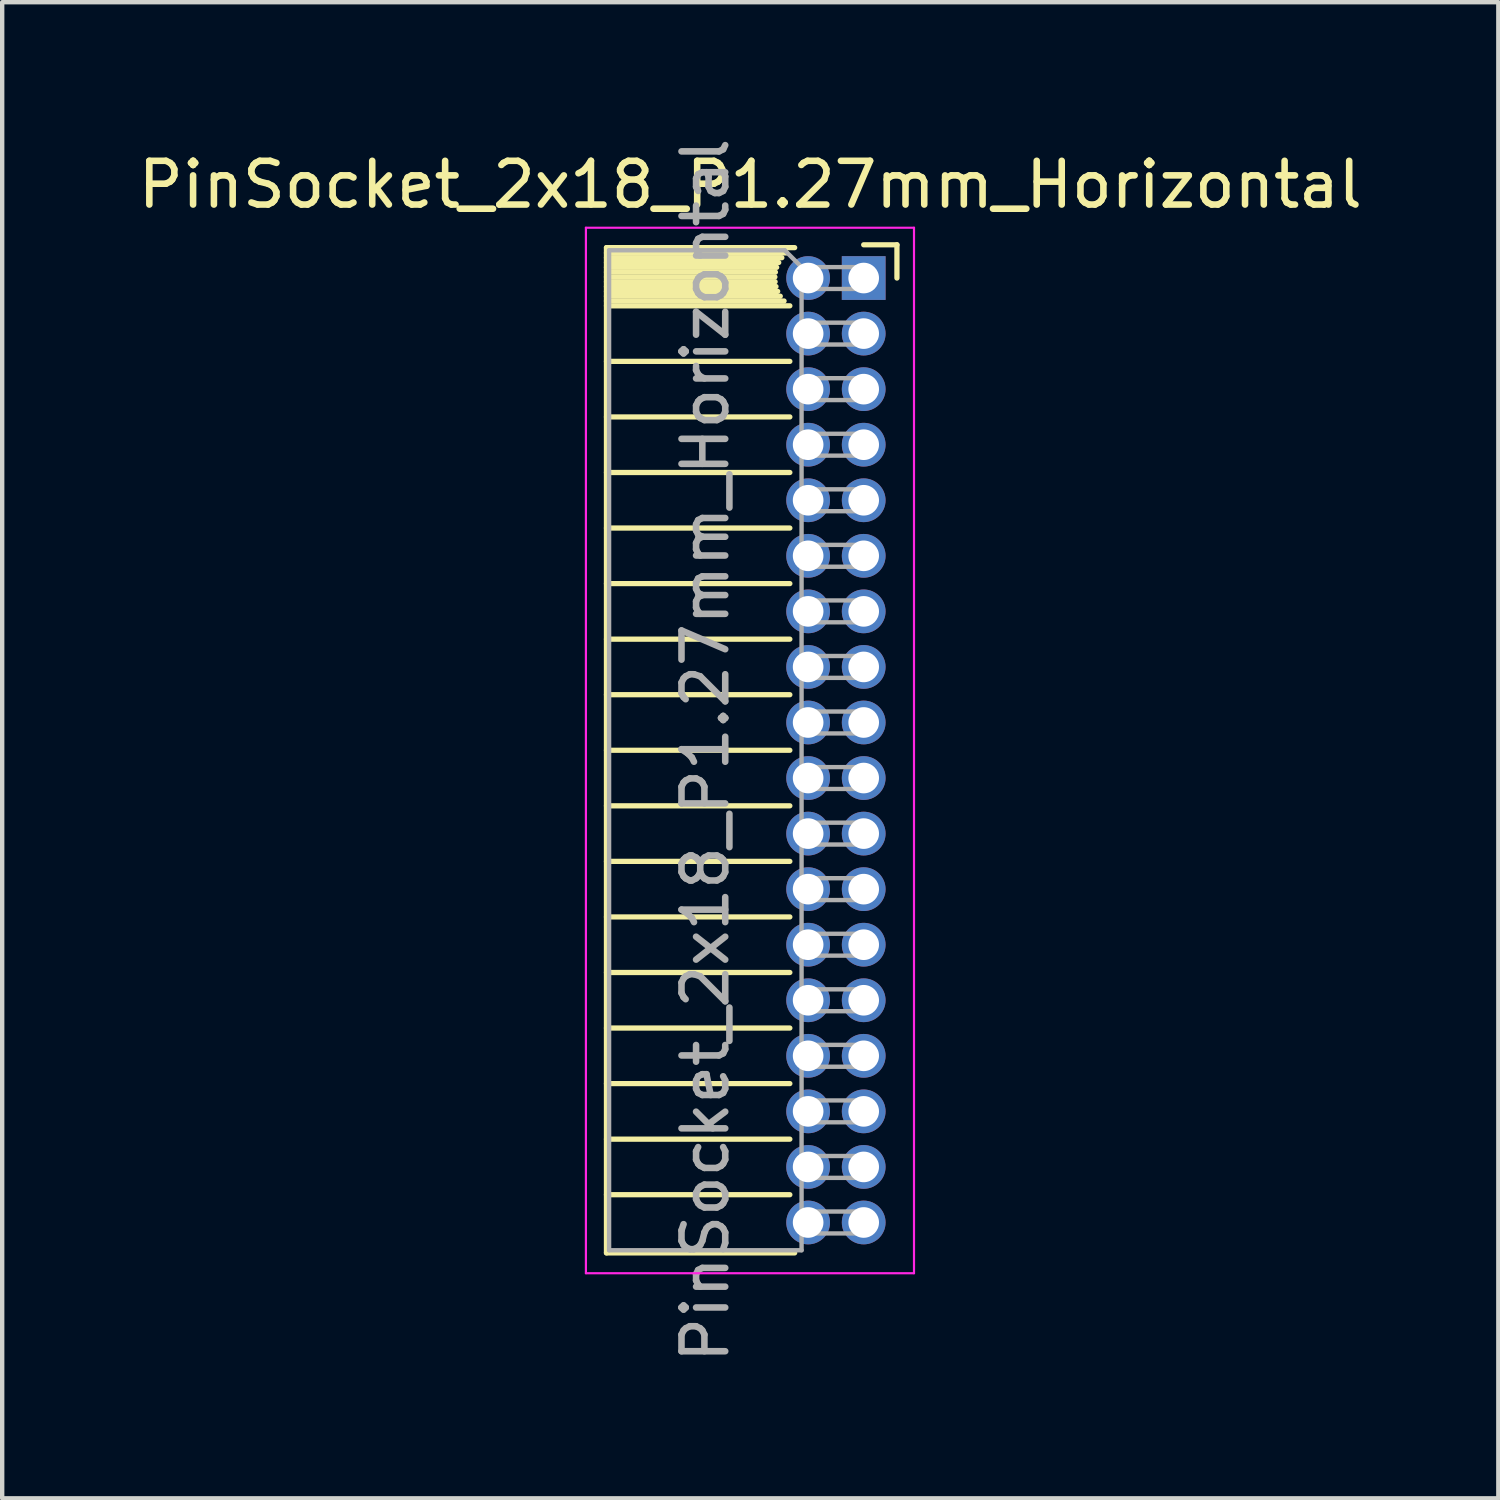
<source format=kicad_pcb>
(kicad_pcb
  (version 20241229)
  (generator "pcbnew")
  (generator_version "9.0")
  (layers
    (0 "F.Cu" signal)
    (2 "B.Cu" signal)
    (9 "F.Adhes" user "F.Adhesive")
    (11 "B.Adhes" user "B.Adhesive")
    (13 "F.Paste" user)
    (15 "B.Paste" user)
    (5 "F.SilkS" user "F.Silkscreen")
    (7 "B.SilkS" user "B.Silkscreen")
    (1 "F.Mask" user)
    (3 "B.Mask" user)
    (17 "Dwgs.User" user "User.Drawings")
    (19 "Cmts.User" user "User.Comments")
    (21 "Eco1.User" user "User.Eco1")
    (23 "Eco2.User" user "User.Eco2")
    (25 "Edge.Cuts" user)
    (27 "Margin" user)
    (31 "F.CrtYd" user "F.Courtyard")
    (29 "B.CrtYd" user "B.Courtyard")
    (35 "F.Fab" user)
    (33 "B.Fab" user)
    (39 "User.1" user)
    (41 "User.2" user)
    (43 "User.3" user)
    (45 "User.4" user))
  (footprint "PinSocket_2x18_P1.27mm_Horizontal"
    (layer "F.Cu")
    (at 16.694 3.306)
    (property "Reference" "PinSocket_2x18_P1.27mm_Horizontal" (at -2.592 -2.135 0) (layer "F.SilkS") (effects (font (size 1 1) (thickness 0.15))))
    (attr through_hole)
    (fp_line (start -5.88 -0.695) (end -5.88 22.285) (stroke (width 0.12) (type solid)) (layer "F.SilkS"))
    (fp_line (start -5.88 -0.695) (end -1.578 -0.695) (stroke (width 0.12) (type solid)) (layer "F.SilkS"))
    (fp_line (start -5.88 -0.575) (end -1.767 -0.575) (stroke (width 0.12) (type solid)) (layer "F.SilkS"))
    (fp_line (start -5.88 -0.465) (end -1.871 -0.465) (stroke (width 0.12) (type solid)) (layer "F.SilkS"))
    (fp_line (start -5.88 -0.355) (end -1.942 -0.355) (stroke (width 0.12) (type solid)) (layer "F.SilkS"))
    (fp_line (start -5.88 -0.245) (end -1.989 -0.245) (stroke (width 0.12) (type solid)) (layer "F.SilkS"))
    (fp_line (start -5.88 -0.135) (end -2.018 -0.135) (stroke (width 0.12) (type solid)) (layer "F.SilkS"))
    (fp_line (start -5.88 -0.025) (end -2.03 -0.025) (stroke (width 0.12) (type solid)) (layer "F.SilkS"))
    (fp_line (start -5.88 0.085) (end -2.025 0.085) (stroke (width 0.12) (type solid)) (layer "F.SilkS"))
    (fp_line (start -5.88 0.195) (end -2.005 0.195) (stroke (width 0.12) (type solid)) (layer "F.SilkS"))
    (fp_line (start -5.88 0.305) (end -1.966 0.305) (stroke (width 0.12) (type solid)) (layer "F.SilkS"))
    (fp_line (start -5.88 0.415) (end -1.907 0.415) (stroke (width 0.12) (type solid)) (layer "F.SilkS"))
    (fp_line (start -5.88 0.525) (end -1.82 0.525) (stroke (width 0.12) (type solid)) (layer "F.SilkS"))
    (fp_line (start -5.88 0.635) (end -1.688 0.635) (stroke (width 0.12) (type solid)) (layer "F.SilkS"))
    (fp_line (start -5.88 1.905) (end -1.688 1.905) (stroke (width 0.12) (type solid)) (layer "F.SilkS"))
    (fp_line (start -5.88 3.175) (end -1.688 3.175) (stroke (width 0.12) (type solid)) (layer "F.SilkS"))
    (fp_line (start -5.88 4.445) (end -1.688 4.445) (stroke (width 0.12) (type solid)) (layer "F.SilkS"))
    (fp_line (start -5.88 5.715) (end -1.688 5.715) (stroke (width 0.12) (type solid)) (layer "F.SilkS"))
    (fp_line (start -5.88 6.985) (end -1.688 6.985) (stroke (width 0.12) (type solid)) (layer "F.SilkS"))
    (fp_line (start -5.88 8.255) (end -1.688 8.255) (stroke (width 0.12) (type solid)) (layer "F.SilkS"))
    (fp_line (start -5.88 9.525) (end -1.688 9.525) (stroke (width 0.12) (type solid)) (layer "F.SilkS"))
    (fp_line (start -5.88 10.795) (end -1.688 10.795) (stroke (width 0.12) (type solid)) (layer "F.SilkS"))
    (fp_line (start -5.88 12.065) (end -1.688 12.065) (stroke (width 0.12) (type solid)) (layer "F.SilkS"))
    (fp_line (start -5.88 13.335) (end -1.688 13.335) (stroke (width 0.12) (type solid)) (layer "F.SilkS"))
    (fp_line (start -5.88 14.605) (end -1.688 14.605) (stroke (width 0.12) (type solid)) (layer "F.SilkS"))
    (fp_line (start -5.88 15.875) (end -1.688 15.875) (stroke (width 0.12) (type solid)) (layer "F.SilkS"))
    (fp_line (start -5.88 17.145) (end -1.688 17.145) (stroke (width 0.12) (type solid)) (layer "F.SilkS"))
    (fp_line (start -5.88 18.415) (end -1.688 18.415) (stroke (width 0.12) (type solid)) (layer "F.SilkS"))
    (fp_line (start -5.88 19.685) (end -1.688 19.685) (stroke (width 0.12) (type solid)) (layer "F.SilkS"))
    (fp_line (start -5.88 20.955) (end -1.688 20.955) (stroke (width 0.12) (type solid)) (layer "F.SilkS"))
    (fp_line (start -5.88 22.285) (end -1.578 22.285) (stroke (width 0.12) (type solid)) (layer "F.SilkS"))
    (fp_line (start 0 -0.76) (end 0.76 -0.76) (stroke (width 0.12) (type solid)) (layer "F.SilkS"))
    (fp_line (start 0.76 -0.76) (end 0.76 0) (stroke (width 0.12) (type solid)) (layer "F.SilkS"))
    (fp_line (start -6.35 -1.15) (end -6.35 22.75) (stroke (width 0.05) (type solid)) (layer "F.CrtYd"))
    (fp_line (start -6.35 22.75) (end 1.15 22.75) (stroke (width 0.05) (type solid)) (layer "F.CrtYd"))
    (fp_line (start 1.15 -1.15) (end -6.35 -1.15) (stroke (width 0.05) (type solid)) (layer "F.CrtYd"))
    (fp_line (start 1.15 22.75) (end 1.15 -1.15) (stroke (width 0.05) (type solid)) (layer "F.CrtYd"))
    (fp_line (start -5.82 -0.635) (end -1.805 -0.635) (stroke (width 0.1) (type solid)) (layer "F.Fab"))
    (fp_line (start -5.82 22.225) (end -5.82 -0.635) (stroke (width 0.1) (type solid)) (layer "F.Fab"))
    (fp_line (start -1.805 -0.635) (end -1.42 -0.25) (stroke (width 0.1) (type solid)) (layer "F.Fab"))
    (fp_line (start -1.42 -0.25) (end -1.42 22.225) (stroke (width 0.1) (type solid)) (layer "F.Fab"))
    (fp_line (start -1.42 0.25) (end 0 0.25) (stroke (width 0.1) (type solid)) (layer "F.Fab"))
    (fp_line (start -1.42 1.52) (end 0 1.52) (stroke (width 0.1) (type solid)) (layer "F.Fab"))
    (fp_line (start -1.42 2.79) (end 0 2.79) (stroke (width 0.1) (type solid)) (layer "F.Fab"))
    (fp_line (start -1.42 4.06) (end 0 4.06) (stroke (width 0.1) (type solid)) (layer "F.Fab"))
    (fp_line (start -1.42 5.33) (end 0 5.33) (stroke (width 0.1) (type solid)) (layer "F.Fab"))
    (fp_line (start -1.42 6.6) (end 0 6.6) (stroke (width 0.1) (type solid)) (layer "F.Fab"))
    (fp_line (start -1.42 7.87) (end 0 7.87) (stroke (width 0.1) (type solid)) (layer "F.Fab"))
    (fp_line (start -1.42 9.14) (end 0 9.14) (stroke (width 0.1) (type solid)) (layer "F.Fab"))
    (fp_line (start -1.42 10.41) (end 0 10.41) (stroke (width 0.1) (type solid)) (layer "F.Fab"))
    (fp_line (start -1.42 11.68) (end 0 11.68) (stroke (width 0.1) (type solid)) (layer "F.Fab"))
    (fp_line (start -1.42 12.95) (end 0 12.95) (stroke (width 0.1) (type solid)) (layer "F.Fab"))
    (fp_line (start -1.42 14.22) (end 0 14.22) (stroke (width 0.1) (type solid)) (layer "F.Fab"))
    (fp_line (start -1.42 15.49) (end 0 15.49) (stroke (width 0.1) (type solid)) (layer "F.Fab"))
    (fp_line (start -1.42 16.76) (end 0 16.76) (stroke (width 0.1) (type solid)) (layer "F.Fab"))
    (fp_line (start -1.42 18.03) (end 0 18.03) (stroke (width 0.1) (type solid)) (layer "F.Fab"))
    (fp_line (start -1.42 19.3) (end 0 19.3) (stroke (width 0.1) (type solid)) (layer "F.Fab"))
    (fp_line (start -1.42 20.57) (end 0 20.57) (stroke (width 0.1) (type solid)) (layer "F.Fab"))
    (fp_line (start -1.42 21.84) (end 0 21.84) (stroke (width 0.1) (type solid)) (layer "F.Fab"))
    (fp_line (start -1.42 22.225) (end -5.82 22.225) (stroke (width 0.1) (type solid)) (layer "F.Fab"))
    (fp_line (start 0 -0.25) (end -1.42 -0.25) (stroke (width 0.1) (type solid)) (layer "F.Fab"))
    (fp_line (start 0 0.25) (end 0 -0.25) (stroke (width 0.1) (type solid)) (layer "F.Fab"))
    (fp_line (start 0 1.02) (end -1.42 1.02) (stroke (width 0.1) (type solid)) (layer "F.Fab"))
    (fp_line (start 0 1.52) (end 0 1.02) (stroke (width 0.1) (type solid)) (layer "F.Fab"))
    (fp_line (start 0 2.29) (end -1.42 2.29) (stroke (width 0.1) (type solid)) (layer "F.Fab"))
    (fp_line (start 0 2.79) (end 0 2.29) (stroke (width 0.1) (type solid)) (layer "F.Fab"))
    (fp_line (start 0 3.56) (end -1.42 3.56) (stroke (width 0.1) (type solid)) (layer "F.Fab"))
    (fp_line (start 0 4.06) (end 0 3.56) (stroke (width 0.1) (type solid)) (layer "F.Fab"))
    (fp_line (start 0 4.83) (end -1.42 4.83) (stroke (width 0.1) (type solid)) (layer "F.Fab"))
    (fp_line (start 0 5.33) (end 0 4.83) (stroke (width 0.1) (type solid)) (layer "F.Fab"))
    (fp_line (start 0 6.1) (end -1.42 6.1) (stroke (width 0.1) (type solid)) (layer "F.Fab"))
    (fp_line (start 0 6.6) (end 0 6.1) (stroke (width 0.1) (type solid)) (layer "F.Fab"))
    (fp_line (start 0 7.37) (end -1.42 7.37) (stroke (width 0.1) (type solid)) (layer "F.Fab"))
    (fp_line (start 0 7.87) (end 0 7.37) (stroke (width 0.1) (type solid)) (layer "F.Fab"))
    (fp_line (start 0 8.64) (end -1.42 8.64) (stroke (width 0.1) (type solid)) (layer "F.Fab"))
    (fp_line (start 0 9.14) (end 0 8.64) (stroke (width 0.1) (type solid)) (layer "F.Fab"))
    (fp_line (start 0 9.91) (end -1.42 9.91) (stroke (width 0.1) (type solid)) (layer "F.Fab"))
    (fp_line (start 0 10.41) (end 0 9.91) (stroke (width 0.1) (type solid)) (layer "F.Fab"))
    (fp_line (start 0 11.18) (end -1.42 11.18) (stroke (width 0.1) (type solid)) (layer "F.Fab"))
    (fp_line (start 0 11.68) (end 0 11.18) (stroke (width 0.1) (type solid)) (layer "F.Fab"))
    (fp_line (start 0 12.45) (end -1.42 12.45) (stroke (width 0.1) (type solid)) (layer "F.Fab"))
    (fp_line (start 0 12.95) (end 0 12.45) (stroke (width 0.1) (type solid)) (layer "F.Fab"))
    (fp_line (start 0 13.72) (end -1.42 13.72) (stroke (width 0.1) (type solid)) (layer "F.Fab"))
    (fp_line (start 0 14.22) (end 0 13.72) (stroke (width 0.1) (type solid)) (layer "F.Fab"))
    (fp_line (start 0 14.99) (end -1.42 14.99) (stroke (width 0.1) (type solid)) (layer "F.Fab"))
    (fp_line (start 0 15.49) (end 0 14.99) (stroke (width 0.1) (type solid)) (layer "F.Fab"))
    (fp_line (start 0 16.26) (end -1.42 16.26) (stroke (width 0.1) (type solid)) (layer "F.Fab"))
    (fp_line (start 0 16.76) (end 0 16.26) (stroke (width 0.1) (type solid)) (layer "F.Fab"))
    (fp_line (start 0 17.53) (end -1.42 17.53) (stroke (width 0.1) (type solid)) (layer "F.Fab"))
    (fp_line (start 0 18.03) (end 0 17.53) (stroke (width 0.1) (type solid)) (layer "F.Fab"))
    (fp_line (start 0 18.8) (end -1.42 18.8) (stroke (width 0.1) (type solid)) (layer "F.Fab"))
    (fp_line (start 0 19.3) (end 0 18.8) (stroke (width 0.1) (type solid)) (layer "F.Fab"))
    (fp_line (start 0 20.07) (end -1.42 20.07) (stroke (width 0.1) (type solid)) (layer "F.Fab"))
    (fp_line (start 0 20.57) (end 0 20.07) (stroke (width 0.1) (type solid)) (layer "F.Fab"))
    (fp_line (start 0 21.34) (end -1.42 21.34) (stroke (width 0.1) (type solid)) (layer "F.Fab"))
    (fp_line (start 0 21.84) (end 0 21.34) (stroke (width 0.1) (type solid)) (layer "F.Fab"))
    (fp_text user "${REFERENCE}" (at -3.62 10.795 90) (layer "F.Fab") (effects (font (size 1 1) (thickness 0.15))))
    (pad "1" thru_hole rect (at 0 0) (size 1 1) (drill 0.7) (layers "*.Cu" "*.Mask"))
    (pad "2" thru_hole oval (at -1.27 0) (size 1 1) (drill 0.7) (layers "*.Cu" "*.Mask"))
    (pad "3" thru_hole oval (at 0 1.27) (size 1 1) (drill 0.7) (layers "*.Cu" "*.Mask"))
    (pad "4" thru_hole oval (at -1.27 1.27) (size 1 1) (drill 0.7) (layers "*.Cu" "*.Mask"))
    (pad "5" thru_hole oval (at 0 2.54) (size 1 1) (drill 0.7) (layers "*.Cu" "*.Mask"))
    (pad "6" thru_hole oval (at -1.27 2.54) (size 1 1) (drill 0.7) (layers "*.Cu" "*.Mask"))
    (pad "7" thru_hole oval (at 0 3.81) (size 1 1) (drill 0.7) (layers "*.Cu" "*.Mask"))
    (pad "8" thru_hole oval (at -1.27 3.81) (size 1 1) (drill 0.7) (layers "*.Cu" "*.Mask"))
    (pad "9" thru_hole oval (at 0 5.08) (size 1 1) (drill 0.7) (layers "*.Cu" "*.Mask"))
    (pad "10" thru_hole oval (at -1.27 5.08) (size 1 1) (drill 0.7) (layers "*.Cu" "*.Mask"))
    (pad "11" thru_hole oval (at 0 6.35) (size 1 1) (drill 0.7) (layers "*.Cu" "*.Mask"))
    (pad "12" thru_hole oval (at -1.27 6.35) (size 1 1) (drill 0.7) (layers "*.Cu" "*.Mask"))
    (pad "13" thru_hole oval (at 0 7.62) (size 1 1) (drill 0.7) (layers "*.Cu" "*.Mask"))
    (pad "14" thru_hole oval (at -1.27 7.62) (size 1 1) (drill 0.7) (layers "*.Cu" "*.Mask"))
    (pad "15" thru_hole oval (at 0 8.89) (size 1 1) (drill 0.7) (layers "*.Cu" "*.Mask"))
    (pad "16" thru_hole oval (at -1.27 8.89) (size 1 1) (drill 0.7) (layers "*.Cu" "*.Mask"))
    (pad "17" thru_hole oval (at 0 10.16) (size 1 1) (drill 0.7) (layers "*.Cu" "*.Mask"))
    (pad "18" thru_hole oval (at -1.27 10.16) (size 1 1) (drill 0.7) (layers "*.Cu" "*.Mask"))
    (pad "19" thru_hole oval (at 0 11.43) (size 1 1) (drill 0.7) (layers "*.Cu" "*.Mask"))
    (pad "20" thru_hole oval (at -1.27 11.43) (size 1 1) (drill 0.7) (layers "*.Cu" "*.Mask"))
    (pad "21" thru_hole oval (at 0 12.7) (size 1 1) (drill 0.7) (layers "*.Cu" "*.Mask"))
    (pad "22" thru_hole oval (at -1.27 12.7) (size 1 1) (drill 0.7) (layers "*.Cu" "*.Mask"))
    (pad "23" thru_hole oval (at 0 13.97) (size 1 1) (drill 0.7) (layers "*.Cu" "*.Mask"))
    (pad "24" thru_hole oval (at -1.27 13.97) (size 1 1) (drill 0.7) (layers "*.Cu" "*.Mask"))
    (pad "25" thru_hole oval (at 0 15.24) (size 1 1) (drill 0.7) (layers "*.Cu" "*.Mask"))
    (pad "26" thru_hole oval (at -1.27 15.24) (size 1 1) (drill 0.7) (layers "*.Cu" "*.Mask"))
    (pad "27" thru_hole oval (at 0 16.51) (size 1 1) (drill 0.7) (layers "*.Cu" "*.Mask"))
    (pad "28" thru_hole oval (at -1.27 16.51) (size 1 1) (drill 0.7) (layers "*.Cu" "*.Mask"))
    (pad "29" thru_hole oval (at 0 17.78) (size 1 1) (drill 0.7) (layers "*.Cu" "*.Mask"))
    (pad "30" thru_hole oval (at -1.27 17.78) (size 1 1) (drill 0.7) (layers "*.Cu" "*.Mask"))
    (pad "31" thru_hole oval (at 0 19.05) (size 1 1) (drill 0.7) (layers "*.Cu" "*.Mask"))
    (pad "32" thru_hole oval (at -1.27 19.05) (size 1 1) (drill 0.7) (layers "*.Cu" "*.Mask"))
    (pad "33" thru_hole oval (at 0 20.32) (size 1 1) (drill 0.7) (layers "*.Cu" "*.Mask"))
    (pad "34" thru_hole oval (at -1.27 20.32) (size 1 1) (drill 0.7) (layers "*.Cu" "*.Mask"))
    (pad "35" thru_hole oval (at 0 21.59) (size 1 1) (drill 0.7) (layers "*.Cu" "*.Mask"))
    (pad "36" thru_hole oval (at -1.27 21.59) (size 1 1) (drill 0.7) (layers "*.Cu" "*.Mask")))
  (gr_rect
    (start -3 -3)
    (end 31.202 31.202)
    (stroke (width 0.1) (type default))
    (fill no)
    (layer "Edge.Cuts")))
</source>
